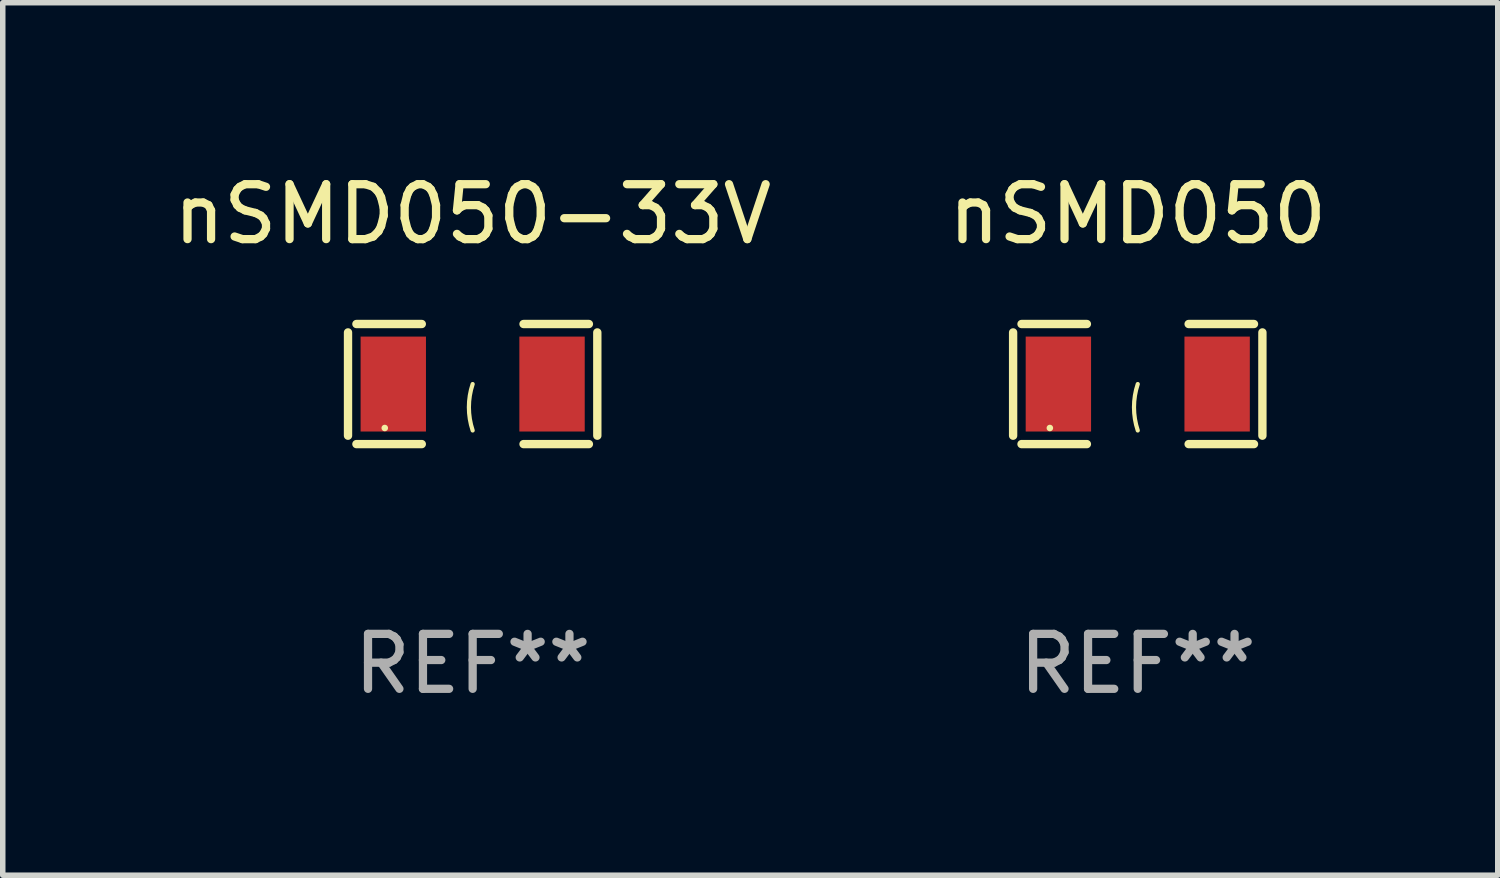
<source format=kicad_pcb>
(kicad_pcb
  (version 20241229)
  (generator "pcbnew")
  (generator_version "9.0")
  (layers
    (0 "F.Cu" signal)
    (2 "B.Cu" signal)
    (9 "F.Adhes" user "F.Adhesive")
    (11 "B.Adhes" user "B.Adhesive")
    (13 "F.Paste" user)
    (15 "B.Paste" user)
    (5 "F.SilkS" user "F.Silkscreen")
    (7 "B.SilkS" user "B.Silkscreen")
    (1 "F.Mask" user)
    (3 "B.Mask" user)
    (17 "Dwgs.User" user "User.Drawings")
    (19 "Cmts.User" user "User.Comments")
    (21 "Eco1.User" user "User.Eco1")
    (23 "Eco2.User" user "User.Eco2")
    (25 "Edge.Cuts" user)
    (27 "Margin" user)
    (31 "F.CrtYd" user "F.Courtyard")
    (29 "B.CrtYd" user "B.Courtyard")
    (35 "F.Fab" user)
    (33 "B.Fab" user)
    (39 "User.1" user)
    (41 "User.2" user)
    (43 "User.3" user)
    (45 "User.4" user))
  (footprint "nSMD050-33V"
    (layer "F.Cu")
    (at 5.554 3.941)
    (property "Reference" "nSMD050-33V" (at 0 -3.093 0) (layer "F.SilkS") (effects (font (size 1 1) (thickness 0.15))))
    (attr through_hole)
    (fp_line (start -2.269 -0.94) (end -2.269 0.94) (stroke (width 0.152) (type solid)) (layer "F.SilkS"))
    (fp_line (start -2.116 1.093) (end -0.926 1.093) (stroke (width 0.152) (type solid)) (layer "F.SilkS"))
    (fp_line (start -0.926 -1.093) (end -2.116 -1.093) (stroke (width 0.152) (type solid)) (layer "F.SilkS"))
    (fp_line (start 0.926 -1.093) (end 2.116 -1.093) (stroke (width 0.152) (type solid)) (layer "F.SilkS"))
    (fp_line (start 2.116 1.093) (end 0.926 1.093) (stroke (width 0.152) (type solid)) (layer "F.SilkS"))
    (fp_line (start 2.269 -0.94) (end 2.269 0.94) (stroke (width 0.152) (type solid)) (layer "F.SilkS"))
    (fp_arc (start 0 0.844951) (mid -0.068559 0.422475) (end 0 0) (stroke (width 0.0762) (type solid)) (layer "F.SilkS"))
    (fp_circle (center -1.6 0.8) (end -1.57 0.8) (stroke (width 0.06) (type solid)) (fill no) (layer "F.SilkS"))
    (fp_text user "REF**" (at 0 5.093 0) (layer "F.Fab") (effects (font (size 1 1) (thickness 0.15))))
    (pad "1" smd rect (at -1.445 0) (size 1.19 1.728) (layers "F.Cu" "F.Mask" "F.Paste"))
    (pad "2" smd rect (at 1.445 0) (size 1.19 1.728) (layers "F.Cu" "F.Mask" "F.Paste")))
  (footprint "nSMD050"
    (layer "F.Cu")
    (at 17.661 3.941)
    (property "Reference" "nSMD050" (at 0 -3.093 0) (layer "F.SilkS") (effects (font (size 1 1) (thickness 0.15))))
    (attr through_hole)
    (fp_line (start -2.269 -0.94) (end -2.269 0.94) (stroke (width 0.152) (type solid)) (layer "F.SilkS"))
    (fp_line (start -2.116 1.093) (end -0.926 1.093) (stroke (width 0.152) (type solid)) (layer "F.SilkS"))
    (fp_line (start -0.926 -1.093) (end -2.116 -1.093) (stroke (width 0.152) (type solid)) (layer "F.SilkS"))
    (fp_line (start 0.926 -1.093) (end 2.116 -1.093) (stroke (width 0.152) (type solid)) (layer "F.SilkS"))
    (fp_line (start 2.116 1.093) (end 0.926 1.093) (stroke (width 0.152) (type solid)) (layer "F.SilkS"))
    (fp_line (start 2.269 -0.94) (end 2.269 0.94) (stroke (width 0.152) (type solid)) (layer "F.SilkS"))
    (fp_arc (start 0 0.844951) (mid -0.068559 0.422475) (end 0 0) (stroke (width 0.0762) (type solid)) (layer "F.SilkS"))
    (fp_circle (center -1.6 0.8) (end -1.57 0.8) (stroke (width 0.06) (type solid)) (fill no) (layer "F.SilkS"))
    (fp_text user "REF**" (at 0 5.093 0) (layer "F.Fab") (effects (font (size 1 1) (thickness 0.15))))
    (pad "1" smd rect (at -1.445 0) (size 1.19 1.728) (layers "F.Cu" "F.Mask" "F.Paste"))
    (pad "2" smd rect (at 1.445 0) (size 1.19 1.728) (layers "F.Cu" "F.Mask" "F.Paste")))
  (gr_rect
    (start -3 -3)
    (end 24.214 12.882)
    (stroke (width 0.1) (type default))
    (fill no)
    (layer "Edge.Cuts")))
</source>
